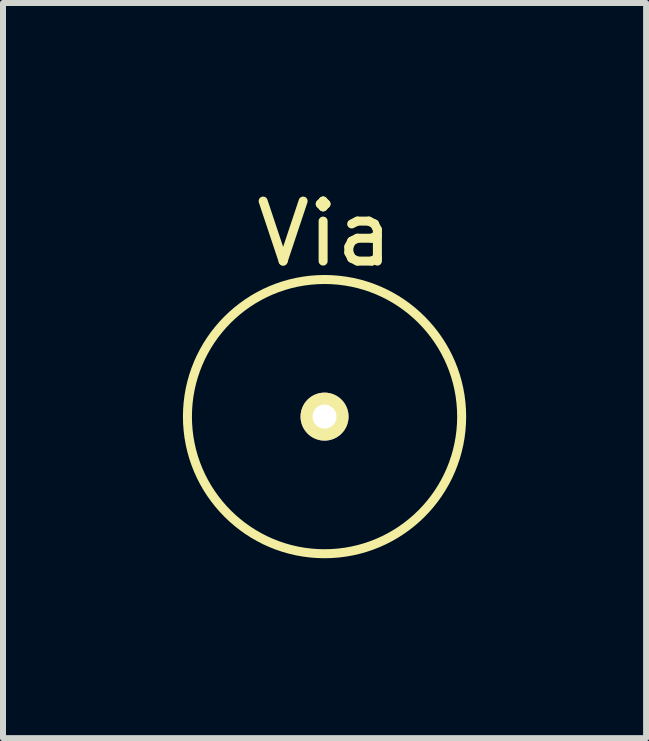
<source format=kicad_pcb>
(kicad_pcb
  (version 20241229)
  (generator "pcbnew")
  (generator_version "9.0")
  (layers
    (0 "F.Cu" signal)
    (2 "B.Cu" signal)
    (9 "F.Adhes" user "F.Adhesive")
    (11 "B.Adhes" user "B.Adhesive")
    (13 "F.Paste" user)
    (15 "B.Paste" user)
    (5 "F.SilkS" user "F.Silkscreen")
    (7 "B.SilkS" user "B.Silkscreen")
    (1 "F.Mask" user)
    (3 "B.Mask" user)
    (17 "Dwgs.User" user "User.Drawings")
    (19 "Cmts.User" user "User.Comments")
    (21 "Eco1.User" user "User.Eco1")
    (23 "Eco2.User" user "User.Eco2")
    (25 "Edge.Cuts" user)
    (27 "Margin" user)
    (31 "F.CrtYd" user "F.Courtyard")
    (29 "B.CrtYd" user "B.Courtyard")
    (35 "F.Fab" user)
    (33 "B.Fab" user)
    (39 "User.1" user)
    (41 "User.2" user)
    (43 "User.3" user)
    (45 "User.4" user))
  (footprint "Via"
    (layer "F.Cu")
    (at 2.361 3.896)
    (property "Reference" "Via" (at 0 -3.048 0) (layer "F.SilkS") (effects (font (size 1 1) (thickness 0.15))))
    (attr through_hole)
    (fp_circle (center 0 0) (end 0 -2.286) (stroke (width 0.15) (type solid)) (fill no) (layer "F.SilkS"))
    (pad "Via" thru_hole circle (at 0 0) (size 0.8 0.8) (drill 0.4) (layers "*.Cu" "*.Mask" "F.SilkS")))
  (gr_rect
    (start -3 -3)
    (end 7.722 9.257)
    (stroke (width 0.1) (type default))
    (fill no)
    (layer "Edge.Cuts")))
</source>
